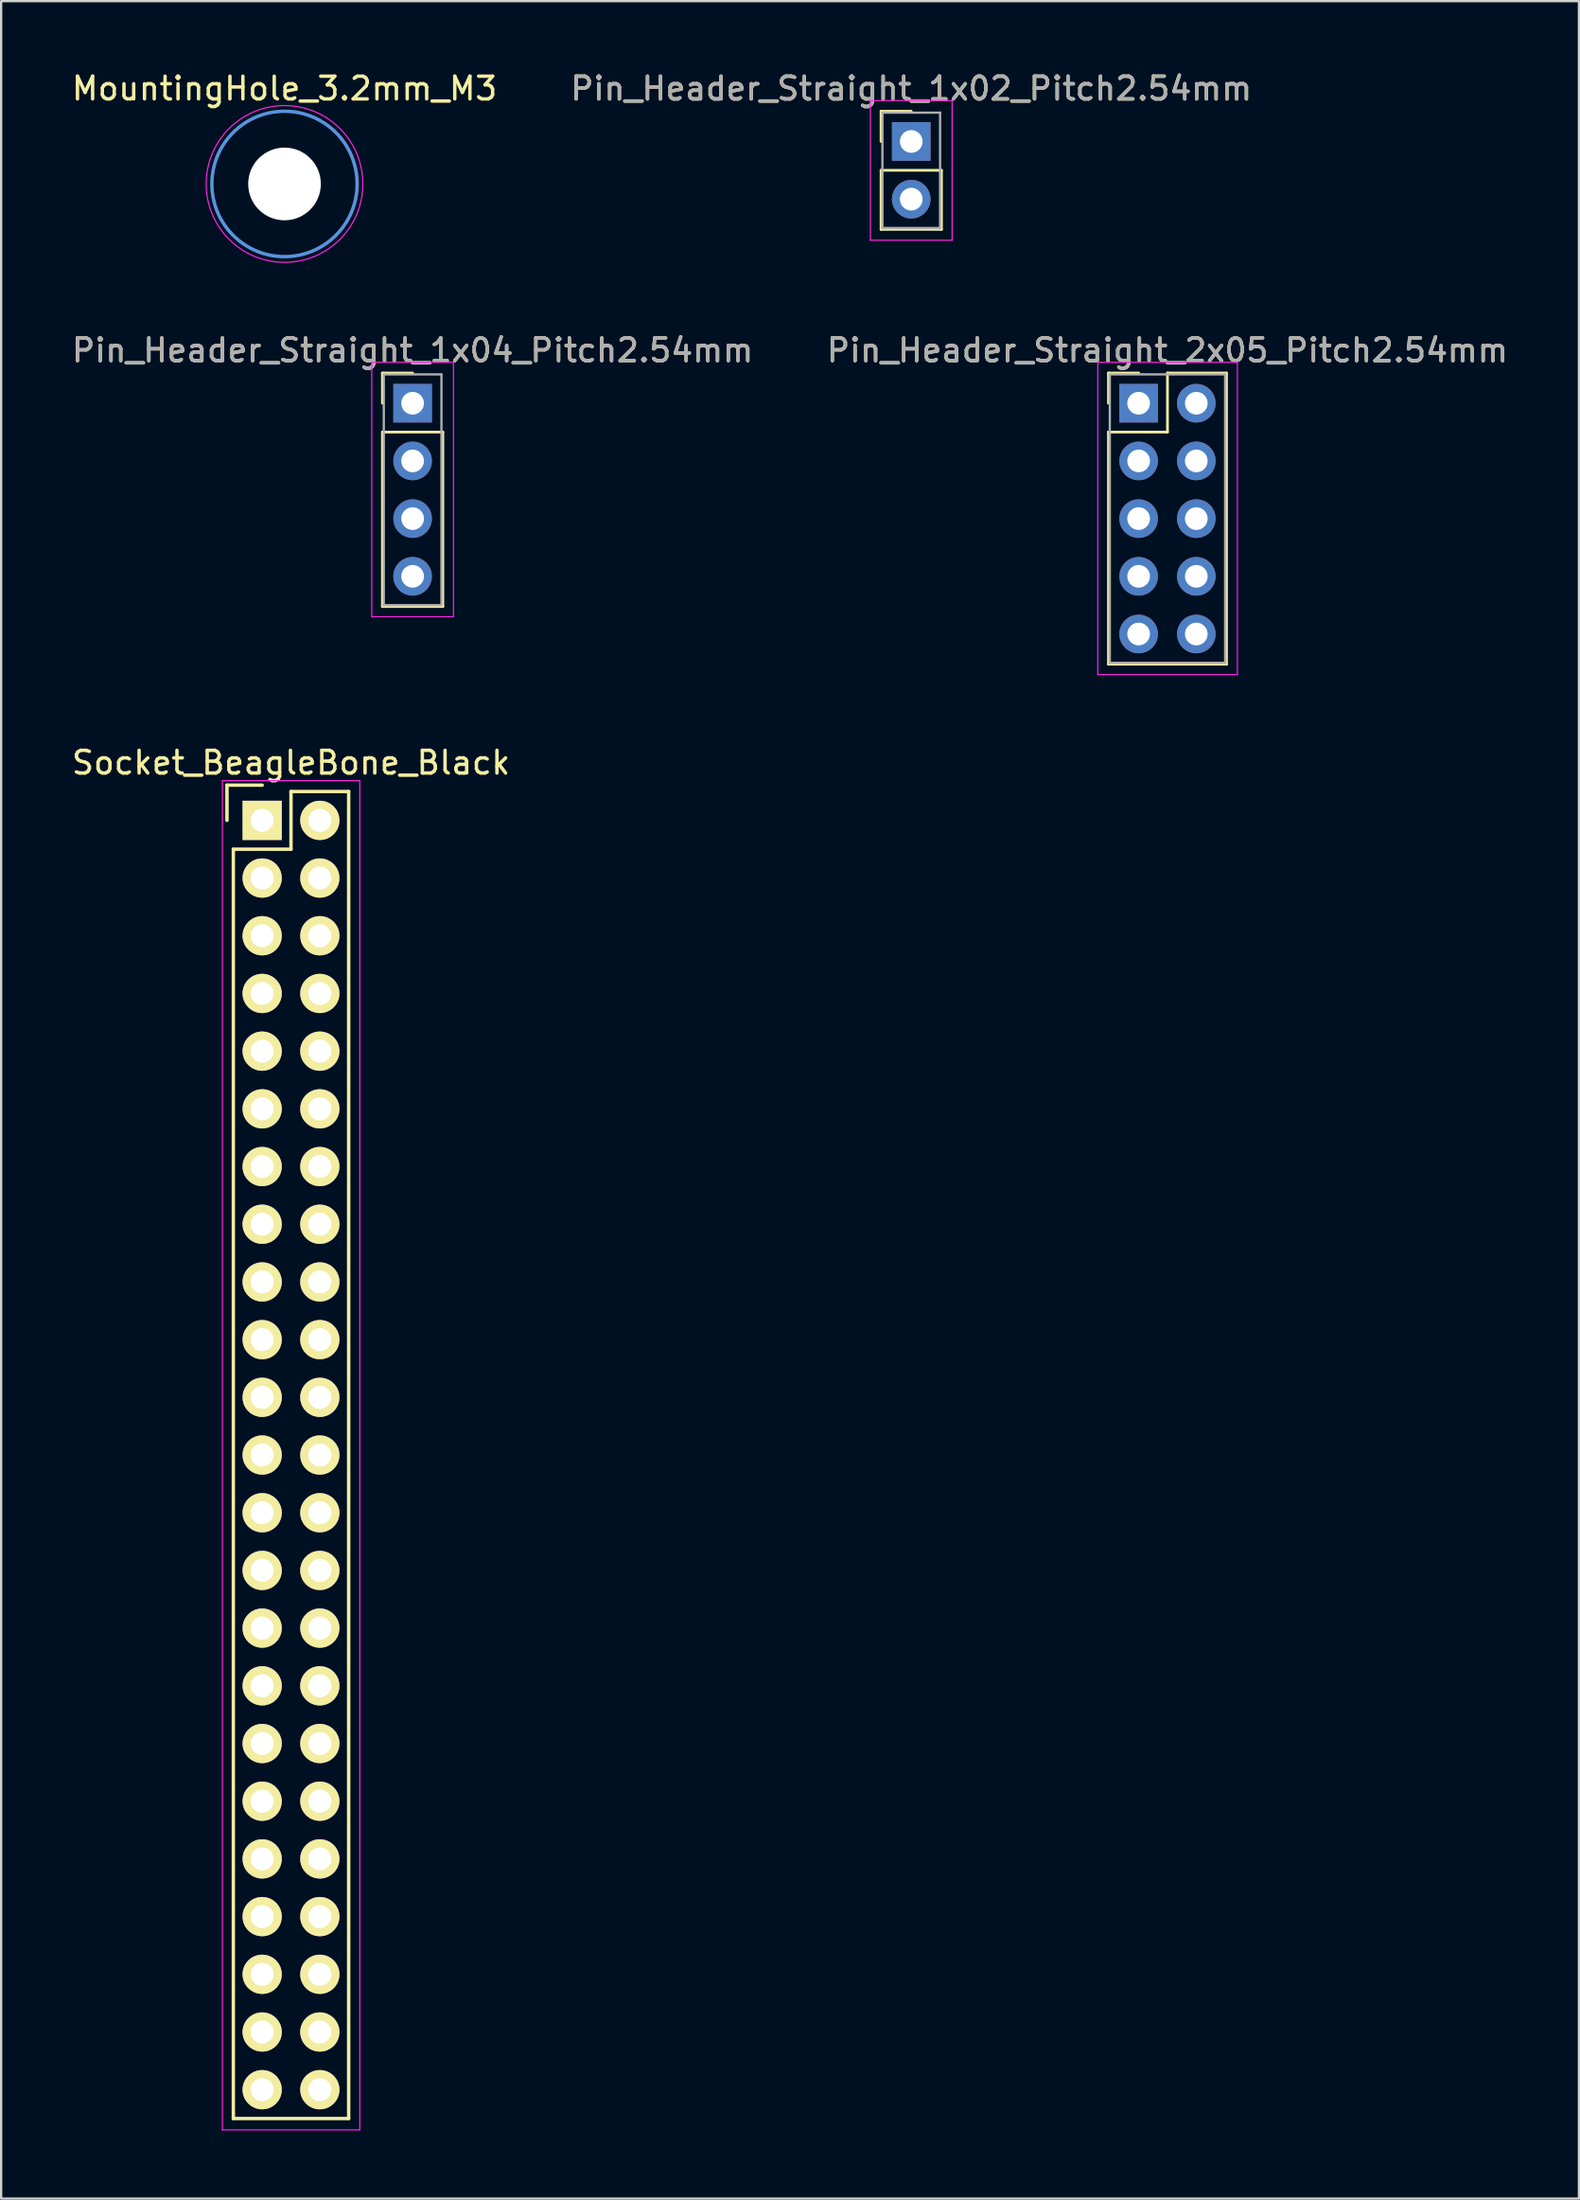
<source format=kicad_pcb>
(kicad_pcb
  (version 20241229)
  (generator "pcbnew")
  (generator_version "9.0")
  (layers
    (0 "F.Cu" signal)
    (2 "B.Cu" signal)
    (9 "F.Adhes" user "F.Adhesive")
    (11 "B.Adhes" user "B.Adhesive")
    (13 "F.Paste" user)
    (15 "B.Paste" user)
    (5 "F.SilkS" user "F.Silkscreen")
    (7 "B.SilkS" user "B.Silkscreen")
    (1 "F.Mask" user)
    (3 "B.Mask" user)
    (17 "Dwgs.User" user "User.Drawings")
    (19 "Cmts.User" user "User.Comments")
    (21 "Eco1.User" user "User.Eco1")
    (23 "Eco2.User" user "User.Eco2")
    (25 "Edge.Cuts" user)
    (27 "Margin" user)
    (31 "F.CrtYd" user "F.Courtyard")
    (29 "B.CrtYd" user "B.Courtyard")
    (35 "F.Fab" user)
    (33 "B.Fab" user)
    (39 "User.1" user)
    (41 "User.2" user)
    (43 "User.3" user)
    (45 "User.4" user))
  (footprint "MountingHole_3.2mm_M3"
    (layer "F.Cu")
    (at 9.482 5.048)
    (property "Reference" "MountingHole_3.2mm_M3" (at 0 -4.2 0) (layer "F.SilkS") (effects (font (size 1 1) (thickness 0.15))))
    (attr through_hole)
    (fp_circle (center 0 0) (end 3.2 0) (stroke (width 0.15) (type solid)) (fill no) (layer "Cmts.User"))
    (fp_circle (center 0 0) (end 3.45 0) (stroke (width 0.05) (type solid)) (fill no) (layer "F.CrtYd"))
    (pad "" np_thru_hole circle (at 0 0) (size 3.2 3.2) (drill 3.2) (layers "*.Cu" "*.Mask")))
  (footprint "Socket_BeagleBone_Black"
    (layer "F.Cu")
    (at 8.498 33.065)
    (property "Reference" "Socket_BeagleBone_Black" (at 1.27 -2.54 0) (layer "F.SilkS") (effects (font (size 1 1) (thickness 0.15))))
    (attr through_hole)
    (fp_line (start -1.55 -1.55) (end -1.55 0) (stroke (width 0.15) (type solid)) (layer "F.SilkS"))
    (fp_line (start -1.27 57.15) (end -1.27 1.27) (stroke (width 0.15) (type solid)) (layer "F.SilkS"))
    (fp_line (start 0 -1.55) (end -1.55 -1.55) (stroke (width 0.15) (type solid)) (layer "F.SilkS"))
    (fp_line (start 1.27 -1.27) (end 1.27 1.27) (stroke (width 0.15) (type solid)) (layer "F.SilkS"))
    (fp_line (start 1.27 1.27) (end -1.27 1.27) (stroke (width 0.15) (type solid)) (layer "F.SilkS"))
    (fp_line (start 3.81 -1.27) (end 1.27 -1.27) (stroke (width 0.15) (type solid)) (layer "F.SilkS"))
    (fp_line (start 3.81 57.15) (end -1.27 57.15) (stroke (width 0.15) (type solid)) (layer "F.SilkS"))
    (fp_line (start 3.81 57.15) (end 3.81 -1.27) (stroke (width 0.15) (type solid)) (layer "F.SilkS"))
    (fp_line (start -1.75 -1.75) (end -1.75 57.65) (stroke (width 0.05) (type solid)) (layer "F.CrtYd"))
    (fp_line (start -1.75 -1.75) (end 4.3 -1.75) (stroke (width 0.05) (type solid)) (layer "F.CrtYd"))
    (fp_line (start -1.75 57.65) (end 4.3 57.65) (stroke (width 0.05) (type solid)) (layer "F.CrtYd"))
    (fp_line (start 4.3 -1.75) (end 4.3 57.65) (stroke (width 0.05) (type solid)) (layer "F.CrtYd"))
    (pad "1" thru_hole rect (at 0 0) (size 1.727 1.727) (drill 1.016) (layers "*.Cu" "*.Mask" "F.SilkS"))
    (pad "2" thru_hole oval (at 2.54 0) (size 1.727 1.727) (drill 1.016) (layers "*.Cu" "*.Mask" "F.SilkS"))
    (pad "3" thru_hole oval (at 0 2.54) (size 1.727 1.727) (drill 1.016) (layers "*.Cu" "*.Mask" "F.SilkS"))
    (pad "4" thru_hole oval (at 2.54 2.54) (size 1.727 1.727) (drill 1.016) (layers "*.Cu" "*.Mask" "F.SilkS"))
    (pad "5" thru_hole oval (at 0 5.08) (size 1.727 1.727) (drill 1.016) (layers "*.Cu" "*.Mask" "F.SilkS"))
    (pad "6" thru_hole oval (at 2.54 5.08) (size 1.727 1.727) (drill 1.016) (layers "*.Cu" "*.Mask" "F.SilkS"))
    (pad "7" thru_hole oval (at 0 7.62) (size 1.727 1.727) (drill 1.016) (layers "*.Cu" "*.Mask" "F.SilkS"))
    (pad "8" thru_hole oval (at 2.54 7.62) (size 1.727 1.727) (drill 1.016) (layers "*.Cu" "*.Mask" "F.SilkS"))
    (pad "9" thru_hole oval (at 0 10.16) (size 1.727 1.727) (drill 1.016) (layers "*.Cu" "*.Mask" "F.SilkS"))
    (pad "10" thru_hole oval (at 2.54 10.16) (size 1.727 1.727) (drill 1.016) (layers "*.Cu" "*.Mask" "F.SilkS"))
    (pad "11" thru_hole oval (at 0 12.7) (size 1.727 1.727) (drill 1.016) (layers "*.Cu" "*.Mask" "F.SilkS"))
    (pad "12" thru_hole oval (at 2.54 12.7) (size 1.727 1.727) (drill 1.016) (layers "*.Cu" "*.Mask" "F.SilkS"))
    (pad "13" thru_hole oval (at 0 15.24) (size 1.727 1.727) (drill 1.016) (layers "*.Cu" "*.Mask" "F.SilkS"))
    (pad "14" thru_hole oval (at 2.54 15.24) (size 1.727 1.727) (drill 1.016) (layers "*.Cu" "*.Mask" "F.SilkS"))
    (pad "15" thru_hole oval (at 0 17.78) (size 1.727 1.727) (drill 1.016) (layers "*.Cu" "*.Mask" "F.SilkS"))
    (pad "16" thru_hole oval (at 2.54 17.78) (size 1.727 1.727) (drill 1.016) (layers "*.Cu" "*.Mask" "F.SilkS"))
    (pad "17" thru_hole oval (at 0 20.32) (size 1.727 1.727) (drill 1.016) (layers "*.Cu" "*.Mask" "F.SilkS"))
    (pad "18" thru_hole oval (at 2.54 20.32) (size 1.727 1.727) (drill 1.016) (layers "*.Cu" "*.Mask" "F.SilkS"))
    (pad "19" thru_hole oval (at 0 22.86) (size 1.727 1.727) (drill 1.016) (layers "*.Cu" "*.Mask" "F.SilkS"))
    (pad "20" thru_hole oval (at 2.54 22.86) (size 1.727 1.727) (drill 1.016) (layers "*.Cu" "*.Mask" "F.SilkS"))
    (pad "21" thru_hole oval (at 0 25.4) (size 1.727 1.727) (drill 1.016) (layers "*.Cu" "*.Mask" "F.SilkS"))
    (pad "22" thru_hole oval (at 2.54 25.4) (size 1.727 1.727) (drill 1.016) (layers "*.Cu" "*.Mask" "F.SilkS"))
    (pad "23" thru_hole oval (at 0 27.94) (size 1.727 1.727) (drill 1.016) (layers "*.Cu" "*.Mask" "F.SilkS"))
    (pad "24" thru_hole oval (at 2.54 27.94) (size 1.727 1.727) (drill 1.016) (layers "*.Cu" "*.Mask" "F.SilkS"))
    (pad "25" thru_hole oval (at 0 30.48) (size 1.727 1.727) (drill 1.016) (layers "*.Cu" "*.Mask" "F.SilkS"))
    (pad "26" thru_hole oval (at 2.54 30.48) (size 1.727 1.727) (drill 1.016) (layers "*.Cu" "*.Mask" "F.SilkS"))
    (pad "27" thru_hole oval (at 0 33.02) (size 1.727 1.727) (drill 1.016) (layers "*.Cu" "*.Mask" "F.SilkS"))
    (pad "28" thru_hole oval (at 2.54 33.02) (size 1.727 1.727) (drill 1.016) (layers "*.Cu" "*.Mask" "F.SilkS"))
    (pad "29" thru_hole oval (at 0 35.56) (size 1.727 1.727) (drill 1.016) (layers "*.Cu" "*.Mask" "F.SilkS"))
    (pad "30" thru_hole oval (at 2.54 35.56) (size 1.727 1.727) (drill 1.016) (layers "*.Cu" "*.Mask" "F.SilkS"))
    (pad "31" thru_hole oval (at 0 38.1) (size 1.727 1.727) (drill 1.016) (layers "*.Cu" "*.Mask" "F.SilkS"))
    (pad "32" thru_hole oval (at 2.54 38.1) (size 1.727 1.727) (drill 1.016) (layers "*.Cu" "*.Mask" "F.SilkS"))
    (pad "33" thru_hole oval (at 0 40.64) (size 1.727 1.727) (drill 1.016) (layers "*.Cu" "*.Mask" "F.SilkS"))
    (pad "34" thru_hole oval (at 2.54 40.64) (size 1.727 1.727) (drill 1.016) (layers "*.Cu" "*.Mask" "F.SilkS"))
    (pad "35" thru_hole oval (at 0 43.18) (size 1.727 1.727) (drill 1.016) (layers "*.Cu" "*.Mask" "F.SilkS"))
    (pad "36" thru_hole oval (at 2.54 43.18) (size 1.727 1.727) (drill 1.016) (layers "*.Cu" "*.Mask" "F.SilkS"))
    (pad "37" thru_hole oval (at 0 45.72) (size 1.727 1.727) (drill 1.016) (layers "*.Cu" "*.Mask" "F.SilkS"))
    (pad "38" thru_hole oval (at 2.54 45.72) (size 1.727 1.727) (drill 1.016) (layers "*.Cu" "*.Mask" "F.SilkS"))
    (pad "39" thru_hole oval (at 0 48.26) (size 1.727 1.727) (drill 1.016) (layers "*.Cu" "*.Mask" "F.SilkS"))
    (pad "40" thru_hole oval (at 2.54 48.26) (size 1.727 1.727) (drill 1.016) (layers "*.Cu" "*.Mask" "F.SilkS"))
    (pad "41" thru_hole oval (at 0 50.8) (size 1.727 1.727) (drill 1.016) (layers "*.Cu" "*.Mask" "F.SilkS"))
    (pad "42" thru_hole oval (at 2.54 50.8) (size 1.727 1.727) (drill 1.016) (layers "*.Cu" "*.Mask" "F.SilkS"))
    (pad "43" thru_hole oval (at 0 53.34) (size 1.727 1.727) (drill 1.016) (layers "*.Cu" "*.Mask" "F.SilkS"))
    (pad "44" thru_hole oval (at 2.54 53.34) (size 1.727 1.727) (drill 1.016) (layers "*.Cu" "*.Mask" "F.SilkS"))
    (pad "45" thru_hole oval (at 0 55.88) (size 1.727 1.727) (drill 1.016) (layers "*.Cu" "*.Mask" "F.SilkS"))
    (pad "46" thru_hole oval (at 2.54 55.88) (size 1.727 1.727) (drill 1.016) (layers "*.Cu" "*.Mask" "F.SilkS")))
  (footprint "Pin_Header_Straight_1x02_Pitch2.54mm"
    (layer "F.Cu")
    (at 37.089 3.178)
    (property "Reference" "Pin_Header_Straight_1x02_Pitch2.54mm" (at 0 -2.33 0) (layer "F.SilkS") (effects (font (size 1 1) (thickness 0.15))))
    (attr through_hole)
    (fp_line (start -1.33 -1.33) (end 0 -1.33) (stroke (width 0.12) (type solid)) (layer "F.SilkS"))
    (fp_line (start -1.33 0) (end -1.33 -1.33) (stroke (width 0.12) (type solid)) (layer "F.SilkS"))
    (fp_line (start -1.33 1.27) (end -1.33 3.87) (stroke (width 0.12) (type solid)) (layer "F.SilkS"))
    (fp_line (start -1.33 3.87) (end 1.33 3.87) (stroke (width 0.12) (type solid)) (layer "F.SilkS"))
    (fp_line (start 1.33 1.27) (end -1.33 1.27) (stroke (width 0.12) (type solid)) (layer "F.SilkS"))
    (fp_line (start 1.33 3.87) (end 1.33 1.27) (stroke (width 0.12) (type solid)) (layer "F.SilkS"))
    (fp_line (start -1.8 -1.8) (end -1.8 4.35) (stroke (width 0.05) (type solid)) (layer "F.CrtYd"))
    (fp_line (start -1.8 4.35) (end 1.8 4.35) (stroke (width 0.05) (type solid)) (layer "F.CrtYd"))
    (fp_line (start 1.8 -1.8) (end -1.8 -1.8) (stroke (width 0.05) (type solid)) (layer "F.CrtYd"))
    (fp_line (start 1.8 4.35) (end 1.8 -1.8) (stroke (width 0.05) (type solid)) (layer "F.CrtYd"))
    (fp_line (start -1.27 -1.27) (end -1.27 3.81) (stroke (width 0.1) (type solid)) (layer "F.Fab"))
    (fp_line (start -1.27 3.81) (end 1.27 3.81) (stroke (width 0.1) (type solid)) (layer "F.Fab"))
    (fp_line (start 1.27 -1.27) (end -1.27 -1.27) (stroke (width 0.1) (type solid)) (layer "F.Fab"))
    (fp_line (start 1.27 3.81) (end 1.27 -1.27) (stroke (width 0.1) (type solid)) (layer "F.Fab"))
    (fp_text user "${REFERENCE}" (at 0 -2.33 0) (layer "F.Fab") (effects (font (size 1 1) (thickness 0.15))))
    (pad "1" thru_hole rect (at 0 0) (size 1.7 1.7) (drill 1) (layers "*.Cu" "*.Mask"))
    (pad "2" thru_hole oval (at 0 2.54) (size 1.7 1.7) (drill 1) (layers "*.Cu" "*.Mask")))
  (footprint "Pin_Header_Straight_1x04_Pitch2.54mm"
    (layer "F.Cu")
    (at 15.125 14.701)
    (property "Reference" "Pin_Header_Straight_1x04_Pitch2.54mm" (at 0 -2.33 0) (layer "F.SilkS") (effects (font (size 1 1) (thickness 0.15))))
    (attr through_hole)
    (fp_line (start -1.33 -1.33) (end 0 -1.33) (stroke (width 0.12) (type solid)) (layer "F.SilkS"))
    (fp_line (start -1.33 0) (end -1.33 -1.33) (stroke (width 0.12) (type solid)) (layer "F.SilkS"))
    (fp_line (start -1.33 1.27) (end -1.33 8.95) (stroke (width 0.12) (type solid)) (layer "F.SilkS"))
    (fp_line (start -1.33 8.95) (end 1.33 8.95) (stroke (width 0.12) (type solid)) (layer "F.SilkS"))
    (fp_line (start 1.33 1.27) (end -1.33 1.27) (stroke (width 0.12) (type solid)) (layer "F.SilkS"))
    (fp_line (start 1.33 8.95) (end 1.33 1.27) (stroke (width 0.12) (type solid)) (layer "F.SilkS"))
    (fp_line (start -1.8 -1.8) (end -1.8 9.4) (stroke (width 0.05) (type solid)) (layer "F.CrtYd"))
    (fp_line (start -1.8 9.4) (end 1.8 9.4) (stroke (width 0.05) (type solid)) (layer "F.CrtYd"))
    (fp_line (start 1.8 -1.8) (end -1.8 -1.8) (stroke (width 0.05) (type solid)) (layer "F.CrtYd"))
    (fp_line (start 1.8 9.4) (end 1.8 -1.8) (stroke (width 0.05) (type solid)) (layer "F.CrtYd"))
    (fp_line (start -1.27 -1.27) (end -1.27 8.89) (stroke (width 0.1) (type solid)) (layer "F.Fab"))
    (fp_line (start -1.27 8.89) (end 1.27 8.89) (stroke (width 0.1) (type solid)) (layer "F.Fab"))
    (fp_line (start 1.27 -1.27) (end -1.27 -1.27) (stroke (width 0.1) (type solid)) (layer "F.Fab"))
    (fp_line (start 1.27 8.89) (end 1.27 -1.27) (stroke (width 0.1) (type solid)) (layer "F.Fab"))
    (fp_text user "${REFERENCE}" (at 0 -2.33 0) (layer "F.Fab") (effects (font (size 1 1) (thickness 0.15))))
    (pad "1" thru_hole rect (at 0 0) (size 1.7 1.7) (drill 1) (layers "*.Cu" "*.Mask"))
    (pad "2" thru_hole oval (at 0 2.54) (size 1.7 1.7) (drill 1) (layers "*.Cu" "*.Mask"))
    (pad "3" thru_hole oval (at 0 5.08) (size 1.7 1.7) (drill 1) (layers "*.Cu" "*.Mask"))
    (pad "4" thru_hole oval (at 0 7.62) (size 1.7 1.7) (drill 1) (layers "*.Cu" "*.Mask")))
  (footprint "Pin_Header_Straight_2x05_Pitch2.54mm"
    (layer "F.Cu")
    (at 47.105 14.701)
    (property "Reference" "Pin_Header_Straight_2x05_Pitch2.54mm" (at 1.27 -2.33 0) (layer "F.SilkS") (effects (font (size 1 1) (thickness 0.15))))
    (attr through_hole)
    (fp_line (start -1.33 -1.33) (end 0 -1.33) (stroke (width 0.12) (type solid)) (layer "F.SilkS"))
    (fp_line (start -1.33 0) (end -1.33 -1.33) (stroke (width 0.12) (type solid)) (layer "F.SilkS"))
    (fp_line (start -1.33 1.27) (end -1.33 11.49) (stroke (width 0.12) (type solid)) (layer "F.SilkS"))
    (fp_line (start -1.33 11.49) (end 3.87 11.49) (stroke (width 0.12) (type solid)) (layer "F.SilkS"))
    (fp_line (start 1.27 -1.33) (end 1.27 1.27) (stroke (width 0.12) (type solid)) (layer "F.SilkS"))
    (fp_line (start 1.27 1.27) (end -1.33 1.27) (stroke (width 0.12) (type solid)) (layer "F.SilkS"))
    (fp_line (start 3.87 -1.33) (end 1.27 -1.33) (stroke (width 0.12) (type solid)) (layer "F.SilkS"))
    (fp_line (start 3.87 11.49) (end 3.87 -1.33) (stroke (width 0.12) (type solid)) (layer "F.SilkS"))
    (fp_line (start -1.8 -1.8) (end -1.8 11.95) (stroke (width 0.05) (type solid)) (layer "F.CrtYd"))
    (fp_line (start -1.8 11.95) (end 4.35 11.95) (stroke (width 0.05) (type solid)) (layer "F.CrtYd"))
    (fp_line (start 4.35 -1.8) (end -1.8 -1.8) (stroke (width 0.05) (type solid)) (layer "F.CrtYd"))
    (fp_line (start 4.35 11.95) (end 4.35 -1.8) (stroke (width 0.05) (type solid)) (layer "F.CrtYd"))
    (fp_line (start -1.27 -1.27) (end -1.27 11.43) (stroke (width 0.1) (type solid)) (layer "F.Fab"))
    (fp_line (start -1.27 11.43) (end 3.81 11.43) (stroke (width 0.1) (type solid)) (layer "F.Fab"))
    (fp_line (start 3.81 -1.27) (end -1.27 -1.27) (stroke (width 0.1) (type solid)) (layer "F.Fab"))
    (fp_line (start 3.81 11.43) (end 3.81 -1.27) (stroke (width 0.1) (type solid)) (layer "F.Fab"))
    (fp_text user "${REFERENCE}" (at 1.27 -2.33 0) (layer "F.Fab") (effects (font (size 1 1) (thickness 0.15))))
    (pad "1" thru_hole rect (at 0 0) (size 1.7 1.7) (drill 1) (layers "*.Cu" "*.Mask"))
    (pad "2" thru_hole oval (at 2.54 0) (size 1.7 1.7) (drill 1) (layers "*.Cu" "*.Mask"))
    (pad "3" thru_hole oval (at 0 2.54) (size 1.7 1.7) (drill 1) (layers "*.Cu" "*.Mask"))
    (pad "4" thru_hole oval (at 2.54 2.54) (size 1.7 1.7) (drill 1) (layers "*.Cu" "*.Mask"))
    (pad "5" thru_hole oval (at 0 5.08) (size 1.7 1.7) (drill 1) (layers "*.Cu" "*.Mask"))
    (pad "6" thru_hole oval (at 2.54 5.08) (size 1.7 1.7) (drill 1) (layers "*.Cu" "*.Mask"))
    (pad "7" thru_hole oval (at 0 7.62) (size 1.7 1.7) (drill 1) (layers "*.Cu" "*.Mask"))
    (pad "8" thru_hole oval (at 2.54 7.62) (size 1.7 1.7) (drill 1) (layers "*.Cu" "*.Mask"))
    (pad "9" thru_hole oval (at 0 10.16) (size 1.7 1.7) (drill 1) (layers "*.Cu" "*.Mask"))
    (pad "10" thru_hole oval (at 2.54 10.16) (size 1.7 1.7) (drill 1) (layers "*.Cu" "*.Mask")))
  (gr_rect
    (start -3 -3)
    (end 66.5 93.74)
    (stroke (width 0.1) (type default))
    (fill no)
    (layer "Edge.Cuts")))
</source>
